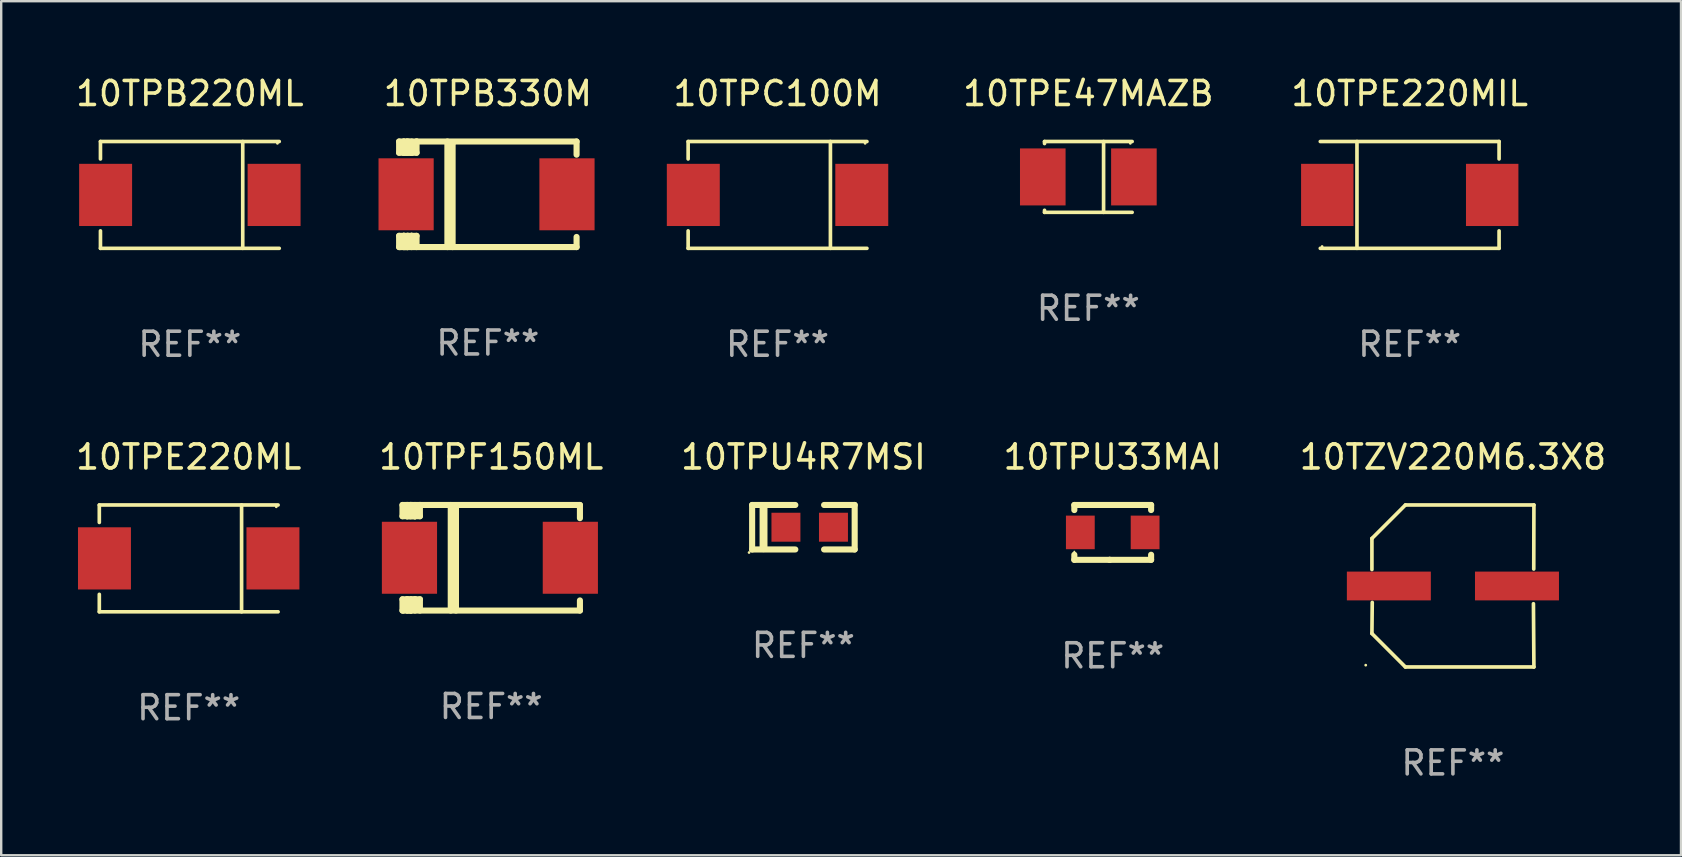
<source format=kicad_pcb>
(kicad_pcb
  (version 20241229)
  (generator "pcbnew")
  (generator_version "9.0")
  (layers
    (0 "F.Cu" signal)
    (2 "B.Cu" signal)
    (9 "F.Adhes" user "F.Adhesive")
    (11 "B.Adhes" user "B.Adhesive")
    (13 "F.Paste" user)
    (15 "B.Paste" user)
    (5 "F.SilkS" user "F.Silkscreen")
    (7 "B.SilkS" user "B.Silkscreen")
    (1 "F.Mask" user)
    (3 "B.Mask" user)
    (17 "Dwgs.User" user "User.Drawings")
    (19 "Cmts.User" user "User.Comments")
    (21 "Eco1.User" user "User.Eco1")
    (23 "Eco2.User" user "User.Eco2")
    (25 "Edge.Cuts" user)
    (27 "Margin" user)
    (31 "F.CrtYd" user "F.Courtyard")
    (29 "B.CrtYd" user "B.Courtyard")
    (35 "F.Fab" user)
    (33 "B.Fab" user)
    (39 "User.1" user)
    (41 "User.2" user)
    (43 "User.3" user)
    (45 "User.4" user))
  (footprint "10TPF150ML"
    (layer "F.Cu")
    (at 17.423 20.197)
    (property "Reference" "10TPF150ML" (at 0 -4.2 0) (layer "F.SilkS") (effects (font (size 1 1) (thickness 0.15))))
    (attr through_hole)
    (fp_line (start -3.698 -2.2) (end -3.502 -2.2) (stroke (width 0.254) (type solid)) (layer "F.SilkS"))
    (fp_line (start -3.698 -1.731) (end -3.698 -2.2) (stroke (width 0.254) (type solid)) (layer "F.SilkS"))
    (fp_line (start -3.698 -1.731) (end -3.502 -1.731) (stroke (width 0.254) (type solid)) (layer "F.SilkS"))
    (fp_line (start -3.698 1.731) (end -3.502 1.731) (stroke (width 0.254) (type solid)) (layer "F.SilkS"))
    (fp_line (start -3.698 2.2) (end -3.698 1.731) (stroke (width 0.254) (type solid)) (layer "F.SilkS"))
    (fp_line (start -3.66 2.2) (end -3.698 2.2) (stroke (width 0.254) (type solid)) (layer "F.SilkS"))
    (fp_line (start -3.66 2.2) (end -3.346 2.2) (stroke (width 0.254) (type solid)) (layer "F.SilkS"))
    (fp_line (start -3.502 -2.2) (end 3.698 -2.2) (stroke (width 0.254) (type solid)) (layer "F.SilkS"))
    (fp_line (start -3.502 -1.731) (end -3.502 -2.2) (stroke (width 0.254) (type solid)) (layer "F.SilkS"))
    (fp_line (start -3.502 1.731) (end -3.502 1.778) (stroke (width 0.254) (type solid)) (layer "F.SilkS"))
    (fp_line (start -3.502 1.731) (end -3.178 1.731) (stroke (width 0.254) (type solid)) (layer "F.SilkS"))
    (fp_line (start -3.502 1.778) (end -3.502 1.731) (stroke (width 0.254) (type solid)) (layer "F.SilkS"))
    (fp_line (start -3.502 2.2) (end -3.502 1.778) (stroke (width 0.254) (type solid)) (layer "F.SilkS"))
    (fp_line (start -3.502 2.2) (end 3.698 2.2) (stroke (width 0.254) (type solid)) (layer "F.SilkS"))
    (fp_line (start -3.367 -2.2) (end -3.367 -1.731) (stroke (width 0.254) (type solid)) (layer "F.SilkS"))
    (fp_line (start -3.346 1.731) (end -3.346 2.2) (stroke (width 0.254) (type solid)) (layer "F.SilkS"))
    (fp_line (start -3.346 2.2) (end -3.346 2.2) (stroke (width 0.254) (type solid)) (layer "F.SilkS"))
    (fp_line (start -3.332 1.731) (end -3.346 1.731) (stroke (width 0.254) (type solid)) (layer "F.SilkS"))
    (fp_line (start -3.303 -2.2) (end -3.367 -2.2) (stroke (width 0.254) (type solid)) (layer "F.SilkS"))
    (fp_line (start -3.179 -1.731) (end -3.179 -1.731) (stroke (width 0.254) (type solid)) (layer "F.SilkS"))
    (fp_line (start -3.179 1.731) (end -3.179 2.2) (stroke (width 0.254) (type solid)) (layer "F.SilkS"))
    (fp_line (start -3.178 -1.731) (end -3.502 -1.731) (stroke (width 0.254) (type solid)) (layer "F.SilkS"))
    (fp_line (start -3.178 -1.731) (end -3.179 -1.731) (stroke (width 0.254) (type solid)) (layer "F.SilkS"))
    (fp_line (start -3.178 -1.731) (end -3.178 -2.2) (stroke (width 0.254) (type solid)) (layer "F.SilkS"))
    (fp_line (start -3.178 1.731) (end -3.178 1.731) (stroke (width 0.254) (type solid)) (layer "F.SilkS"))
    (fp_line (start -2.972 -2.2) (end -2.972 -1.731) (stroke (width 0.254) (type solid)) (layer "F.SilkS"))
    (fp_line (start -2.972 -1.731) (end -3.502 -1.731) (stroke (width 0.254) (type solid)) (layer "F.SilkS"))
    (fp_line (start -2.972 1.731) (end -3.179 1.731) (stroke (width 0.254) (type solid)) (layer "F.SilkS"))
    (fp_line (start -2.972 1.731) (end -2.972 2.2) (stroke (width 0.254) (type solid)) (layer "F.SilkS"))
    (fp_line (start -2.957 -2.2) (end -2.972 -2.2) (stroke (width 0.254) (type solid)) (layer "F.SilkS"))
    (fp_line (start -1.686 -2.2) (end -1.686 2.2) (stroke (width 0.254) (type solid)) (layer "F.SilkS"))
    (fp_line (start -1.469 -2.159) (end -1.469 2.2) (stroke (width 0.254) (type solid)) (layer "F.SilkS"))
    (fp_line (start -1.452 -2.159) (end -1.469 -2.159) (stroke (width 0.254) (type solid)) (layer "F.SilkS"))
    (fp_line (start 3.698 -2.2) (end 3.698 -1.651) (stroke (width 0.254) (type solid)) (layer "F.SilkS"))
    (fp_line (start 3.698 2.2) (end 3.698 1.778) (stroke (width 0.254) (type solid)) (layer "F.SilkS"))
    (fp_circle (center -3.552 2.15) (end -3.522 2.15) (stroke (width 0.06) (type solid)) (fill no) (layer "F.SilkS"))
    (fp_text user "REF**" (at 0 6.2 0) (layer "F.Fab") (effects (font (size 1 1) (thickness 0.15))))
    (pad "1" smd rect (at -3.407 0) (size 2.3 3) (layers "F.Cu" "F.Mask" "F.Paste"))
    (pad "2" smd rect (at 3.298 0) (size 2.3 3) (layers "F.Cu" "F.Mask" "F.Paste")))
  (footprint "10TZV220M6.3X8"
    (layer "F.Cu")
    (at 57.506 21.373)
    (property "Reference" "10TZV220M6.3X8" (at 0 -5.376 0) (layer "F.SilkS") (effects (font (size 1 1) (thickness 0.15))))
    (attr through_hole)
    (fp_line (start -3.376 -1.98) (end -3.376 -0.686) (stroke (width 0.152) (type solid)) (layer "F.SilkS"))
    (fp_line (start -3.376 1.981) (end -3.362 0.686) (stroke (width 0.152) (type solid)) (layer "F.SilkS"))
    (fp_line (start -1.981 3.376) (end -3.376 1.981) (stroke (width 0.152) (type solid)) (layer "F.SilkS"))
    (fp_line (start -1.98 -3.376) (end -3.376 -1.98) (stroke (width 0.152) (type solid)) (layer "F.SilkS"))
    (fp_line (start 3.356 0.74) (end 3.376 3.376) (stroke (width 0.152) (type solid)) (layer "F.SilkS"))
    (fp_line (start 3.369 -0.707) (end 3.376 -3.376) (stroke (width 0.152) (type solid)) (layer "F.SilkS"))
    (fp_line (start 3.376 3.376) (end -1.981 3.376) (stroke (width 0.152) (type solid)) (layer "F.SilkS"))
    (fp_line (start 3.376 -3.376) (end -1.98 -3.376) (stroke (width 0.152) (type solid)) (layer "F.SilkS"))
    (fp_circle (center -3.634 3.3) (end -3.604 3.3) (stroke (width 0.06) (type solid)) (fill no) (layer "F.SilkS"))
    (fp_text user "REF**" (at 0 7.376 0) (layer "F.Fab") (effects (font (size 1 1) (thickness 0.15))))
    (pad "1" smd rect (at -2.67 0.000254) (size 3.5 1.2) (layers "F.Cu" "F.Mask" "F.Paste"))
    (pad "2" smd rect (at 2.67 0.000254) (size 3.5 1.2) (layers "F.Cu" "F.Mask" "F.Paste")))
  (footprint "10TPU4R7MSI"
    (layer "F.Cu")
    (at 30.435 18.924)
    (property "Reference" "10TPU4R7MSI" (at 0 -2.927 0) (layer "F.SilkS") (effects (font (size 1 1) (thickness 0.15))))
    (attr through_hole)
    (fp_line (start -2.137 0.927) (end -2.137 -0.927) (stroke (width 0.254) (type solid)) (layer "F.SilkS"))
    (fp_line (start -1.662 0.874) (end -1.662 -0.874) (stroke (width 0.33) (type solid)) (layer "F.SilkS"))
    (fp_line (start -0.337 -0.927) (end -2.137 -0.927) (stroke (width 0.254) (type solid)) (layer "F.SilkS"))
    (fp_line (start -0.337 0.927) (end -2.137 0.927) (stroke (width 0.254) (type solid)) (layer "F.SilkS"))
    (fp_line (start 0.862 0.927) (end 2.137 0.927) (stroke (width 0.254) (type solid)) (layer "F.SilkS"))
    (fp_line (start 2.137 -0.927) (end 0.862 -0.927) (stroke (width 0.254) (type solid)) (layer "F.SilkS"))
    (fp_line (start 2.137 0.927) (end 2.137 -0.927) (stroke (width 0.254) (type solid)) (layer "F.SilkS"))
    (fp_circle (center -2.264 1.054) (end -2.234 1.054) (stroke (width 0.06) (type solid)) (fill no) (layer "F.SilkS"))
    (fp_text user "REF**" (at 0 4.927 0) (layer "F.Fab") (effects (font (size 1 1) (thickness 0.15))))
    (pad "1" smd rect (at -0.728 0) (size 1.207 1.207) (layers "F.Cu" "F.Mask" "F.Paste"))
    (pad "2" smd rect (at 1.253 0) (size 1.207 1.207) (layers "F.Cu" "F.Mask" "F.Paste")))
  (footprint "10TPE47MAZB"
    (layer "F.Cu")
    (at 42.311 4.324)
    (property "Reference" "10TPE47MAZB" (at 0 -3.476 0) (layer "F.SilkS") (effects (font (size 1 1) (thickness 0.15))))
    (attr through_hole)
    (fp_line (start -1.826 -1.476) (end -1.826 -1.391) (stroke (width 0.152) (type solid)) (layer "F.SilkS"))
    (fp_line (start -1.826 -1.476) (end 1.826 -1.476) (stroke (width 0.152) (type solid)) (layer "F.SilkS"))
    (fp_line (start -1.826 1.476) (end -1.826 1.391) (stroke (width 0.152) (type solid)) (layer "F.SilkS"))
    (fp_line (start -1.826 1.476) (end 1.826 1.476) (stroke (width 0.152) (type solid)) (layer "F.SilkS"))
    (fp_line (start 0.635 -1.476) (end 0.635 1.476) (stroke (width 0.152) (type solid)) (layer "F.SilkS"))
    (fp_circle (center 1.75 -1.4) (end 1.78 -1.4) (stroke (width 0.06) (type solid)) (fill no) (layer "F.SilkS"))
    (fp_text user "REF**" (at 0 5.476 0) (layer "F.Fab") (effects (font (size 1 1) (thickness 0.15))))
    (pad "1" smd rect (at 1.899 0) (size 1.9 2.376) (layers "F.Cu" "F.Mask" "F.Paste"))
    (pad "2" smd rect (at -1.899 0) (size 1.9 2.376) (layers "F.Cu" "F.Mask" "F.Paste")))
  (footprint "10TPC100M"
    (layer "F.Cu")
    (at 29.357 5.074)
    (property "Reference" "10TPC100M" (at 0 -4.226 0) (layer "F.SilkS") (effects (font (size 1 1) (thickness 0.15))))
    (attr through_hole)
    (fp_line (start -3.726 -2.226) (end -3.726 -1.499) (stroke (width 0.152) (type solid)) (layer "F.SilkS"))
    (fp_line (start -3.726 -2.226) (end 3.726 -2.226) (stroke (width 0.152) (type solid)) (layer "F.SilkS"))
    (fp_line (start -3.726 2.226) (end -3.726 1.499) (stroke (width 0.152) (type solid)) (layer "F.SilkS"))
    (fp_line (start -3.726 2.226) (end 3.726 2.226) (stroke (width 0.152) (type solid)) (layer "F.SilkS"))
    (fp_line (start 2.204 -2.226) (end 2.204 2.226) (stroke (width 0.152) (type solid)) (layer "F.SilkS"))
    (fp_circle (center 3.65 -2.15) (end 3.68 -2.15) (stroke (width 0.06) (type solid)) (fill no) (layer "F.SilkS"))
    (fp_text user "REF**" (at 0 6.226 0) (layer "F.Fab") (effects (font (size 1 1) (thickness 0.15))))
    (pad "1" smd rect (at 3.511 0) (size 2.207 2.592) (layers "F.Cu" "F.Mask" "F.Paste"))
    (pad "2" smd rect (at -3.511 0) (size 2.207 2.592) (layers "F.Cu" "F.Mask" "F.Paste")))
  (footprint "10TPB220ML"
    (layer "F.Cu")
    (at 4.863 5.074)
    (property "Reference" "10TPB220ML" (at 0 -4.226 0) (layer "F.SilkS") (effects (font (size 1 1) (thickness 0.15))))
    (attr through_hole)
    (fp_line (start -3.726 -2.226) (end -3.726 -1.499) (stroke (width 0.152) (type solid)) (layer "F.SilkS"))
    (fp_line (start -3.726 -2.226) (end 3.726 -2.226) (stroke (width 0.152) (type solid)) (layer "F.SilkS"))
    (fp_line (start -3.726 2.226) (end -3.726 1.499) (stroke (width 0.152) (type solid)) (layer "F.SilkS"))
    (fp_line (start -3.726 2.226) (end 3.726 2.226) (stroke (width 0.152) (type solid)) (layer "F.SilkS"))
    (fp_line (start 2.204 -2.226) (end 2.204 2.226) (stroke (width 0.152) (type solid)) (layer "F.SilkS"))
    (fp_circle (center 3.65 -2.15) (end 3.68 -2.15) (stroke (width 0.06) (type solid)) (fill no) (layer "F.SilkS"))
    (fp_text user "REF**" (at 0 6.226 0) (layer "F.Fab") (effects (font (size 1 1) (thickness 0.15))))
    (pad "1" smd rect (at 3.511 0) (size 2.207 2.592) (layers "F.Cu" "F.Mask" "F.Paste"))
    (pad "2" smd rect (at -3.511 0) (size 2.207 2.592) (layers "F.Cu" "F.Mask" "F.Paste")))
  (footprint "10TPU33MAI"
    (layer "F.Cu")
    (at 43.327 19.14)
    (property "Reference" "10TPU33MAI" (at 0 -3.143 0) (layer "F.SilkS") (effects (font (size 1 1) (thickness 0.15))))
    (attr through_hole)
    (fp_line (start -1.6 1.143) (end -0.128 1.143) (stroke (width 0.254) (type solid)) (layer "F.SilkS"))
    (fp_line (start -1.6 -1.143) (end -1.6 -0.931) (stroke (width 0.254) (type solid)) (layer "F.SilkS"))
    (fp_line (start -1.6 -1.143) (end 1.6 -1.143) (stroke (width 0.254) (type solid)) (layer "F.SilkS"))
    (fp_line (start -1.6 0.931) (end -1.6 1.143) (stroke (width 0.254) (type solid)) (layer "F.SilkS"))
    (fp_line (start -0.128 1.143) (end -0.128 1.143) (stroke (width 0.254) (type solid)) (layer "F.SilkS"))
    (fp_line (start -0.128 1.143) (end 1.6 1.143) (stroke (width 0.254) (type solid)) (layer "F.SilkS"))
    (fp_line (start 1.6 -1.143) (end 1.6 -0.931) (stroke (width 0.254) (type solid)) (layer "F.SilkS"))
    (fp_line (start 1.6 0.931) (end 1.6 1.143) (stroke (width 0.254) (type solid)) (layer "F.SilkS"))
    (fp_circle (center -1.6 0.8) (end -1.58 0.8) (stroke (width 0.04) (type solid)) (fill no) (layer "F.SilkS"))
    (fp_text user "REF**" (at 0 5.143 0) (layer "F.Fab") (effects (font (size 1 1) (thickness 0.15))))
    (pad "1" smd rect (at -1.35 0) (size 1.2 1.4) (layers "F.Cu" "F.Mask" "F.Paste"))
    (pad "2" smd rect (at 1.35 0) (size 1.2 1.4) (layers "F.Cu" "F.Mask" "F.Paste")))
  (footprint "10TPB330M"
    (layer "F.Cu")
    (at 17.283 5.048)
    (property "Reference" "10TPB330M" (at 0 -4.2 0) (layer "F.SilkS") (effects (font (size 1 1) (thickness 0.15))))
    (attr through_hole)
    (fp_line (start -3.698 -2.2) (end -3.502 -2.2) (stroke (width 0.254) (type solid)) (layer "F.SilkS"))
    (fp_line (start -3.698 -1.731) (end -3.698 -2.2) (stroke (width 0.254) (type solid)) (layer "F.SilkS"))
    (fp_line (start -3.698 -1.731) (end -3.502 -1.731) (stroke (width 0.254) (type solid)) (layer "F.SilkS"))
    (fp_line (start -3.698 1.731) (end -3.502 1.731) (stroke (width 0.254) (type solid)) (layer "F.SilkS"))
    (fp_line (start -3.698 2.2) (end -3.698 1.731) (stroke (width 0.254) (type solid)) (layer "F.SilkS"))
    (fp_line (start -3.66 2.2) (end -3.698 2.2) (stroke (width 0.254) (type solid)) (layer "F.SilkS"))
    (fp_line (start -3.66 2.2) (end -3.346 2.2) (stroke (width 0.254) (type solid)) (layer "F.SilkS"))
    (fp_line (start -3.502 -2.2) (end 3.698 -2.2) (stroke (width 0.254) (type solid)) (layer "F.SilkS"))
    (fp_line (start -3.502 -1.731) (end -3.502 -2.2) (stroke (width 0.254) (type solid)) (layer "F.SilkS"))
    (fp_line (start -3.502 1.731) (end -3.502 1.778) (stroke (width 0.254) (type solid)) (layer "F.SilkS"))
    (fp_line (start -3.502 1.731) (end -3.178 1.731) (stroke (width 0.254) (type solid)) (layer "F.SilkS"))
    (fp_line (start -3.502 1.778) (end -3.502 1.731) (stroke (width 0.254) (type solid)) (layer "F.SilkS"))
    (fp_line (start -3.502 2.2) (end -3.502 1.778) (stroke (width 0.254) (type solid)) (layer "F.SilkS"))
    (fp_line (start -3.502 2.2) (end 3.698 2.2) (stroke (width 0.254) (type solid)) (layer "F.SilkS"))
    (fp_line (start -3.367 -2.2) (end -3.367 -1.731) (stroke (width 0.254) (type solid)) (layer "F.SilkS"))
    (fp_line (start -3.346 1.731) (end -3.346 2.2) (stroke (width 0.254) (type solid)) (layer "F.SilkS"))
    (fp_line (start -3.346 2.2) (end -3.346 2.2) (stroke (width 0.254) (type solid)) (layer "F.SilkS"))
    (fp_line (start -3.332 1.731) (end -3.346 1.731) (stroke (width 0.254) (type solid)) (layer "F.SilkS"))
    (fp_line (start -3.303 -2.2) (end -3.367 -2.2) (stroke (width 0.254) (type solid)) (layer "F.SilkS"))
    (fp_line (start -3.179 -1.731) (end -3.179 -1.731) (stroke (width 0.254) (type solid)) (layer "F.SilkS"))
    (fp_line (start -3.179 1.731) (end -3.179 2.2) (stroke (width 0.254) (type solid)) (layer "F.SilkS"))
    (fp_line (start -3.178 -1.731) (end -3.502 -1.731) (stroke (width 0.254) (type solid)) (layer "F.SilkS"))
    (fp_line (start -3.178 -1.731) (end -3.179 -1.731) (stroke (width 0.254) (type solid)) (layer "F.SilkS"))
    (fp_line (start -3.178 -1.731) (end -3.178 -2.2) (stroke (width 0.254) (type solid)) (layer "F.SilkS"))
    (fp_line (start -3.178 1.731) (end -3.178 1.731) (stroke (width 0.254) (type solid)) (layer "F.SilkS"))
    (fp_line (start -2.972 -2.2) (end -2.972 -1.731) (stroke (width 0.254) (type solid)) (layer "F.SilkS"))
    (fp_line (start -2.972 -1.731) (end -3.502 -1.731) (stroke (width 0.254) (type solid)) (layer "F.SilkS"))
    (fp_line (start -2.972 1.731) (end -3.179 1.731) (stroke (width 0.254) (type solid)) (layer "F.SilkS"))
    (fp_line (start -2.972 1.731) (end -2.972 2.2) (stroke (width 0.254) (type solid)) (layer "F.SilkS"))
    (fp_line (start -2.957 -2.2) (end -2.972 -2.2) (stroke (width 0.254) (type solid)) (layer "F.SilkS"))
    (fp_line (start -1.686 -2.2) (end -1.686 2.2) (stroke (width 0.254) (type solid)) (layer "F.SilkS"))
    (fp_line (start -1.469 -2.159) (end -1.469 2.2) (stroke (width 0.254) (type solid)) (layer "F.SilkS"))
    (fp_line (start -1.452 -2.159) (end -1.469 -2.159) (stroke (width 0.254) (type solid)) (layer "F.SilkS"))
    (fp_line (start 3.698 -2.2) (end 3.698 -1.651) (stroke (width 0.254) (type solid)) (layer "F.SilkS"))
    (fp_line (start 3.698 2.2) (end 3.698 1.778) (stroke (width 0.254) (type solid)) (layer "F.SilkS"))
    (fp_circle (center -3.552 2.15) (end -3.522 2.15) (stroke (width 0.06) (type solid)) (fill no) (layer "F.SilkS"))
    (fp_text user "REF**" (at 0 6.2 0) (layer "F.Fab") (effects (font (size 1 1) (thickness 0.15))))
    (pad "1" smd rect (at -3.407 0) (size 2.3 3) (layers "F.Cu" "F.Mask" "F.Paste"))
    (pad "2" smd rect (at 3.298 0) (size 2.3 3) (layers "F.Cu" "F.Mask" "F.Paste")))
  (footprint "10TPE220MIL"
    (layer "F.Cu")
    (at 55.704 5.074)
    (property "Reference" "10TPE220MIL" (at 0 -4.226 0) (layer "F.SilkS") (effects (font (size 1 1) (thickness 0.15))))
    (attr through_hole)
    (fp_line (start -3.726 -2.226) (end 3.726 -2.226) (stroke (width 0.152) (type solid)) (layer "F.SilkS"))
    (fp_line (start -3.726 2.226) (end 3.726 2.226) (stroke (width 0.152) (type solid)) (layer "F.SilkS"))
    (fp_line (start -2.197 -2.226) (end -2.197 2.226) (stroke (width 0.152) (type solid)) (layer "F.SilkS"))
    (fp_line (start 3.726 -2.226) (end 3.726 -1.499) (stroke (width 0.152) (type solid)) (layer "F.SilkS"))
    (fp_line (start 3.726 2.226) (end 3.726 1.499) (stroke (width 0.152) (type solid)) (layer "F.SilkS"))
    (fp_circle (center -3.65 2.15) (end -3.62 2.15) (stroke (width 0.06) (type solid)) (fill no) (layer "F.SilkS"))
    (fp_text user "REF**" (at 0 6.226 0) (layer "F.Fab") (effects (font (size 1 1) (thickness 0.15))))
    (pad "1" smd rect (at -3.434 0 180) (size 2.185 2.592) (layers "F.Cu" "F.Mask" "F.Paste"))
    (pad "2" smd rect (at 3.439 0 180) (size 2.185 2.592) (layers "F.Cu" "F.Mask" "F.Paste")))
  (footprint "10TPE220ML"
    (layer "F.Cu")
    (at 4.815 20.223)
    (property "Reference" "10TPE220ML" (at 0 -4.226 0) (layer "F.SilkS") (effects (font (size 1 1) (thickness 0.15))))
    (attr through_hole)
    (fp_line (start -3.726 -2.226) (end -3.726 -1.499) (stroke (width 0.152) (type solid)) (layer "F.SilkS"))
    (fp_line (start -3.726 -2.226) (end 3.726 -2.226) (stroke (width 0.152) (type solid)) (layer "F.SilkS"))
    (fp_line (start -3.726 2.226) (end -3.726 1.499) (stroke (width 0.152) (type solid)) (layer "F.SilkS"))
    (fp_line (start -3.726 2.226) (end 3.726 2.226) (stroke (width 0.152) (type solid)) (layer "F.SilkS"))
    (fp_line (start 2.204 -2.226) (end 2.204 2.226) (stroke (width 0.152) (type solid)) (layer "F.SilkS"))
    (fp_circle (center 3.65 -2.15) (end 3.68 -2.15) (stroke (width 0.06) (type solid)) (fill no) (layer "F.SilkS"))
    (fp_text user "REF**" (at 0 6.226 0) (layer "F.Fab") (effects (font (size 1 1) (thickness 0.15))))
    (pad "1" smd rect (at 3.511 0) (size 2.207 2.592) (layers "F.Cu" "F.Mask" "F.Paste"))
    (pad "2" smd rect (at -3.511 0) (size 2.207 2.592) (layers "F.Cu" "F.Mask" "F.Paste")))
  (gr_rect
    (start -3 -3)
    (end 67.012 32.597)
    (stroke (width 0.1) (type default))
    (fill no)
    (layer "Edge.Cuts")))
</source>
